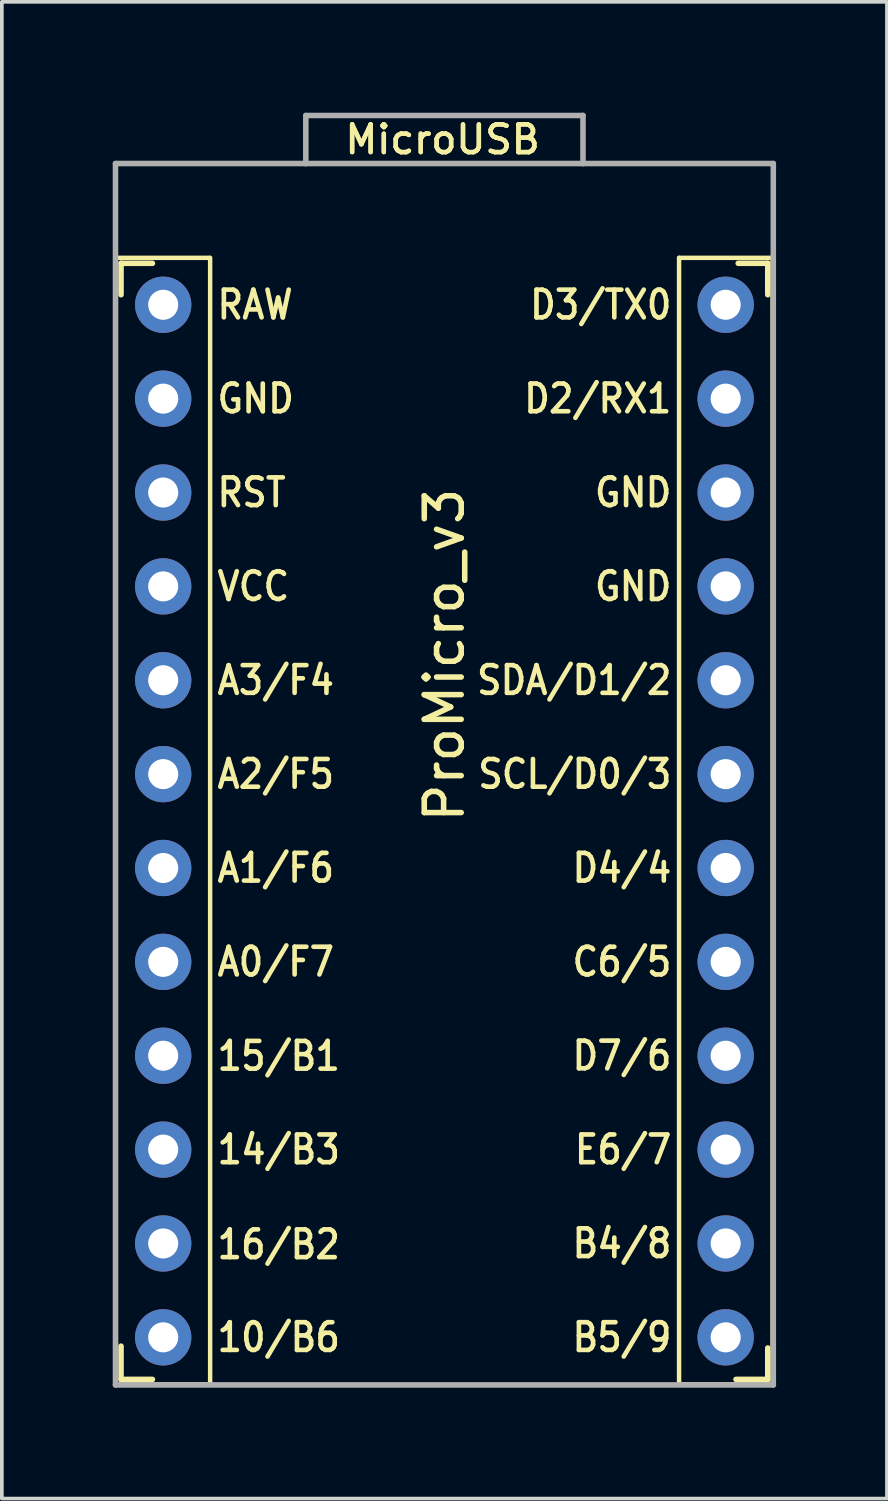
<source format=kicad_pcb>
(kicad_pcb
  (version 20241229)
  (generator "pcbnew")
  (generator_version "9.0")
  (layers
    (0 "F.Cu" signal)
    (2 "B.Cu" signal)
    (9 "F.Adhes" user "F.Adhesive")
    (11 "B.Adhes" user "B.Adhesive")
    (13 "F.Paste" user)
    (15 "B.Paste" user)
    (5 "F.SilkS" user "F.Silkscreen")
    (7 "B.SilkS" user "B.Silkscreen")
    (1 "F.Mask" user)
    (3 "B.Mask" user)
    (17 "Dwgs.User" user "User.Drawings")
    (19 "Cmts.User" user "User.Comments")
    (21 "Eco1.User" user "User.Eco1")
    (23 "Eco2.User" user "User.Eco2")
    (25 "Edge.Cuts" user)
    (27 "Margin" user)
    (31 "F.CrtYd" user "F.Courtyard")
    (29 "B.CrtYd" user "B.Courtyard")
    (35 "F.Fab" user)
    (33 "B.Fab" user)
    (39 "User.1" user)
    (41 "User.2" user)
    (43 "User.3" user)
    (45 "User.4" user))
  (footprint "ProMicro_v3"
    (layer "F.Cu")
    (at 8.975 19.675)
    (property "Reference" "ProMicro_v3" (at 0 -5 90) (layer "F.SilkS") (effects (font (size 1 1) (thickness 0.15))))
    (attr through_hole)
    (fp_line (start -8.89 -15.748) (end -8.89 14.732) (stroke (width 0.12) (type solid)) (layer "F.SilkS"))
    (fp_line (start -8.75 -15.6) (end -8.75 -14.75) (stroke (width 0.15) (type solid)) (layer "F.SilkS"))
    (fp_line (start -8.75 -15.6) (end -7.9 -15.6) (stroke (width 0.15) (type solid)) (layer "F.SilkS"))
    (fp_line (start -8.75 13.7) (end -8.75 14.6) (stroke (width 0.15) (type solid)) (layer "F.SilkS"))
    (fp_line (start -8.75 14.6) (end -7.9 14.6) (stroke (width 0.15) (type solid)) (layer "F.SilkS"))
    (fp_line (start -6.35 -15.748) (end -8.89 -15.748) (stroke (width 0.12) (type solid)) (layer "F.SilkS"))
    (fp_line (start -6.35 14.732) (end -8.89 14.732) (stroke (width 0.12) (type solid)) (layer "F.SilkS"))
    (fp_line (start -6.339 -15.748) (end -6.339 14.732) (stroke (width 0.12) (type solid)) (layer "F.SilkS"))
    (fp_line (start 6.35 -15.748) (end 6.35 14.732) (stroke (width 0.12) (type solid)) (layer "F.SilkS"))
    (fp_line (start 8.75 -15.6) (end 7.95 -15.6) (stroke (width 0.15) (type solid)) (layer "F.SilkS"))
    (fp_line (start 8.75 -15.6) (end 8.75 -14.75) (stroke (width 0.15) (type solid)) (layer "F.SilkS"))
    (fp_line (start 8.75 13.75) (end 8.75 14.6) (stroke (width 0.15) (type solid)) (layer "F.SilkS"))
    (fp_line (start 8.75 14.6) (end 7.89 14.6) (stroke (width 0.15) (type solid)) (layer "F.SilkS"))
    (fp_line (start 8.881 -15.748) (end 8.881 14.732) (stroke (width 0.12) (type solid)) (layer "F.SilkS"))
    (fp_line (start 8.89 -15.748) (end 6.35 -15.748) (stroke (width 0.12) (type solid)) (layer "F.SilkS"))
    (fp_line (start 8.89 14.732) (end 6.35 14.732) (stroke (width 0.12) (type solid)) (layer "F.SilkS"))
    (fp_line (start -8.9 -18.3) (end -3.75 -18.3) (stroke (width 0.15) (type solid)) (layer "F.Fab"))
    (fp_line (start -8.9 14.75) (end -8.9 -18.3) (stroke (width 0.15) (type solid)) (layer "F.Fab"))
    (fp_line (start -3.75 -19.6) (end -3.75 -18.299) (stroke (width 0.15) (type solid)) (layer "F.Fab"))
    (fp_line (start -3.75 -19.6) (end 3.75 -19.6) (stroke (width 0.15) (type solid)) (layer "F.Fab"))
    (fp_line (start -3.75 -18.3) (end 3.75 -18.3) (stroke (width 0.15) (type solid)) (layer "F.Fab"))
    (fp_line (start 3.75 -19.6) (end 3.75 -18.3) (stroke (width 0.15) (type solid)) (layer "F.Fab"))
    (fp_line (start 3.76 -18.3) (end 8.9 -18.3) (stroke (width 0.15) (type solid)) (layer "F.Fab"))
    (fp_line (start 8.9 -18.3) (end 8.9 14.75) (stroke (width 0.15) (type solid)) (layer "F.Fab"))
    (fp_line (start 8.9 14.75) (end -8.9 14.75) (stroke (width 0.15) (type solid)) (layer "F.Fab"))
    (fp_text user "D7/6" (at 6.211 5.842 0) (unlocked yes) (layer "F.SilkS") (effects (font (size 0.75 0.67) (thickness 0.125)) (justify right)))
    (fp_text user "SDA/D1/2" (at 6.211 -4.318 0) (unlocked yes) (layer "F.SilkS") (effects (font (size 0.75 0.67) (thickness 0.125)) (justify right)))
    (fp_text user "E6/7" (at 6.211 8.382 0) (unlocked yes) (layer "F.SilkS") (effects (font (size 0.75 0.67) (thickness 0.125)) (justify right)))
    (fp_text user "B4/8" (at 6.211 10.922 0) (unlocked yes) (layer "F.SilkS") (effects (font (size 0.75 0.67) (thickness 0.125)) (justify right)))
    (fp_text user "10/B6" (at -6.209 13.462 0) (unlocked yes) (layer "F.SilkS") (effects (font (size 0.75 0.67) (thickness 0.125)) (justify left)))
    (fp_text user "MicroUSB" (at -0.05 -18.95 0) (layer "F.SilkS") (effects (font (size 0.75 0.75) (thickness 0.12))))
    (fp_text user "A3/F4" (at -6.209 -4.318 0) (unlocked yes) (layer "F.SilkS") (effects (font (size 0.75 0.67) (thickness 0.125)) (justify left)))
    (fp_text user "RST" (at -6.209 -9.398 0) (unlocked yes) (layer "F.SilkS") (effects (font (size 0.75 0.67) (thickness 0.125)) (justify left)))
    (fp_text user "SCL/D0/3" (at 6.211 -1.778 0) (unlocked yes) (layer "F.SilkS") (effects (font (size 0.75 0.67) (thickness 0.125)) (justify right)))
    (fp_text user "B5/9" (at 6.211 13.462 0) (unlocked yes) (layer "F.SilkS") (effects (font (size 0.75 0.67) (thickness 0.125)) (justify right)))
    (fp_text user "MicroUSB" (at -0.05 -18.95 0) (layer "F.SilkS") (effects (font (size 0.75 0.75) (thickness 0.12))))
    (fp_text user "15/B1" (at -6.209 5.85 0) (unlocked yes) (layer "F.SilkS") (effects (font (size 0.75 0.67) (thickness 0.125)) (justify left)))
    (fp_text user "RAW" (at -6.209 -14.478 0) (unlocked yes) (layer "F.SilkS") (effects (font (size 0.75 0.67) (thickness 0.125)) (justify left)))
    (fp_text user "A1/F6" (at -6.209 0.762 0) (unlocked yes) (layer "F.SilkS") (effects (font (size 0.75 0.67) (thickness 0.125)) (justify left)))
    (fp_text user "GND" (at 6.211 -9.398 0) (unlocked yes) (layer "F.SilkS") (effects (font (size 0.75 0.67) (thickness 0.125)) (justify right)))
    (fp_text user "D4/4" (at 6.211 0.762 0) (unlocked yes) (layer "F.SilkS") (effects (font (size 0.75 0.67) (thickness 0.125)) (justify right)))
    (fp_text user "D2/RX1" (at 6.211 -11.938 0) (unlocked yes) (layer "F.SilkS") (effects (font (size 0.75 0.67) (thickness 0.125)) (justify right)))
    (fp_text user "A2/F5" (at -6.209 -1.778 0) (unlocked yes) (layer "F.SilkS") (effects (font (size 0.75 0.67) (thickness 0.125)) (justify left)))
    (fp_text user "VCC" (at -6.209 -6.858 0) (unlocked yes) (layer "F.SilkS") (effects (font (size 0.75 0.67) (thickness 0.125)) (justify left)))
    (fp_text user "D3/TX0" (at 6.211 -14.478 0) (unlocked yes) (layer "F.SilkS") (effects (font (size 0.75 0.67) (thickness 0.125)) (justify right)))
    (fp_text user "16/B2" (at -6.209 10.95 0) (unlocked yes) (layer "F.SilkS") (effects (font (size 0.75 0.67) (thickness 0.125)) (justify left)))
    (fp_text user "GND" (at 6.211 -6.858 0) (unlocked yes) (layer "F.SilkS") (effects (font (size 0.75 0.67) (thickness 0.125)) (justify right)))
    (fp_text user "A0/F7" (at -6.209 3.302 0) (unlocked yes) (layer "F.SilkS") (effects (font (size 0.75 0.67) (thickness 0.125)) (justify left)))
    (fp_text user "GND" (at -6.209 -11.938 0) (unlocked yes) (layer "F.SilkS") (effects (font (size 0.75 0.67) (thickness 0.125)) (justify left)))
    (fp_text user "14/B3" (at -6.209 8.382 0) (unlocked yes) (layer "F.SilkS") (effects (font (size 0.75 0.67) (thickness 0.125)) (justify left)))
    (fp_text user "C6/5" (at 6.211 3.302 0) (unlocked yes) (layer "F.SilkS") (effects (font (size 0.75 0.67) (thickness 0.125)) (justify right)))
    (pad "1" thru_hole circle (at 7.611 -14.478) (size 1.524 1.524) (drill 0.813) (layers "*.Cu" "B.Mask"))
    (pad "2" thru_hole circle (at 7.611 -11.938) (size 1.524 1.524) (drill 0.813) (layers "*.Cu" "B.Mask"))
    (pad "3" thru_hole circle (at 7.611 -9.398) (size 1.524 1.524) (drill 0.813) (layers "*.Cu" "B.Mask"))
    (pad "4" thru_hole circle (at 7.611 -6.858) (size 1.524 1.524) (drill 0.813) (layers "*.Cu" "B.Mask"))
    (pad "5" thru_hole circle (at 7.611 -4.318) (size 1.524 1.524) (drill 0.813) (layers "*.Cu" "B.Mask"))
    (pad "6" thru_hole circle (at 7.611 -1.778) (size 1.524 1.524) (drill 0.813) (layers "*.Cu" "B.Mask"))
    (pad "7" thru_hole circle (at 7.611 0.762) (size 1.524 1.524) (drill 0.813) (layers "*.Cu" "B.Mask"))
    (pad "8" thru_hole circle (at 7.611 3.302) (size 1.524 1.524) (drill 0.813) (layers "*.Cu" "B.Mask"))
    (pad "9" thru_hole circle (at 7.611 5.842) (size 1.524 1.524) (drill 0.813) (layers "*.Cu" "B.Mask"))
    (pad "10" thru_hole circle (at 7.611 8.382) (size 1.524 1.524) (drill 0.813) (layers "*.Cu" "B.Mask"))
    (pad "11" thru_hole circle (at 7.611 10.922) (size 1.524 1.524) (drill 0.813) (layers "*.Cu" "B.Mask"))
    (pad "12" thru_hole circle (at 7.611 13.462) (size 1.524 1.524) (drill 0.813) (layers "*.Cu" "B.Mask"))
    (pad "13" thru_hole circle (at -7.609 13.462) (size 1.524 1.524) (drill 0.813) (layers "*.Cu" "B.Mask"))
    (pad "14" thru_hole circle (at -7.609 10.922) (size 1.524 1.524) (drill 0.813) (layers "*.Cu" "B.Mask"))
    (pad "15" thru_hole circle (at -7.609 8.382) (size 1.524 1.524) (drill 0.813) (layers "*.Cu" "B.Mask"))
    (pad "16" thru_hole circle (at -7.609 5.842) (size 1.524 1.524) (drill 0.813) (layers "*.Cu" "B.Mask"))
    (pad "17" thru_hole circle (at -7.609 3.302) (size 1.524 1.524) (drill 0.813) (layers "*.Cu" "B.Mask"))
    (pad "18" thru_hole circle (at -7.609 0.762) (size 1.524 1.524) (drill 0.813) (layers "*.Cu" "B.Mask"))
    (pad "19" thru_hole circle (at -7.609 -1.778) (size 1.524 1.524) (drill 0.813) (layers "*.Cu" "B.Mask"))
    (pad "20" thru_hole circle (at -7.609 -4.318) (size 1.524 1.524) (drill 0.813) (layers "*.Cu" "B.Mask"))
    (pad "21" thru_hole circle (at -7.609 -6.858) (size 1.524 1.524) (drill 0.813) (layers "*.Cu" "B.Mask"))
    (pad "22" thru_hole circle (at -7.609 -9.398) (size 1.524 1.524) (drill 0.813) (layers "*.Cu" "B.Mask"))
    (pad "23" thru_hole circle (at -7.609 -11.938) (size 1.524 1.524) (drill 0.813) (layers "*.Cu" "B.Mask"))
    (pad "24" thru_hole circle (at -7.609 -14.478) (size 1.524 1.524) (drill 0.813) (layers "*.Cu" "B.Mask")))
  (gr_rect
    (start -3 -3)
    (end 20.95 37.5)
    (stroke (width 0.1) (type default))
    (fill no)
    (layer "Edge.Cuts")))
</source>
